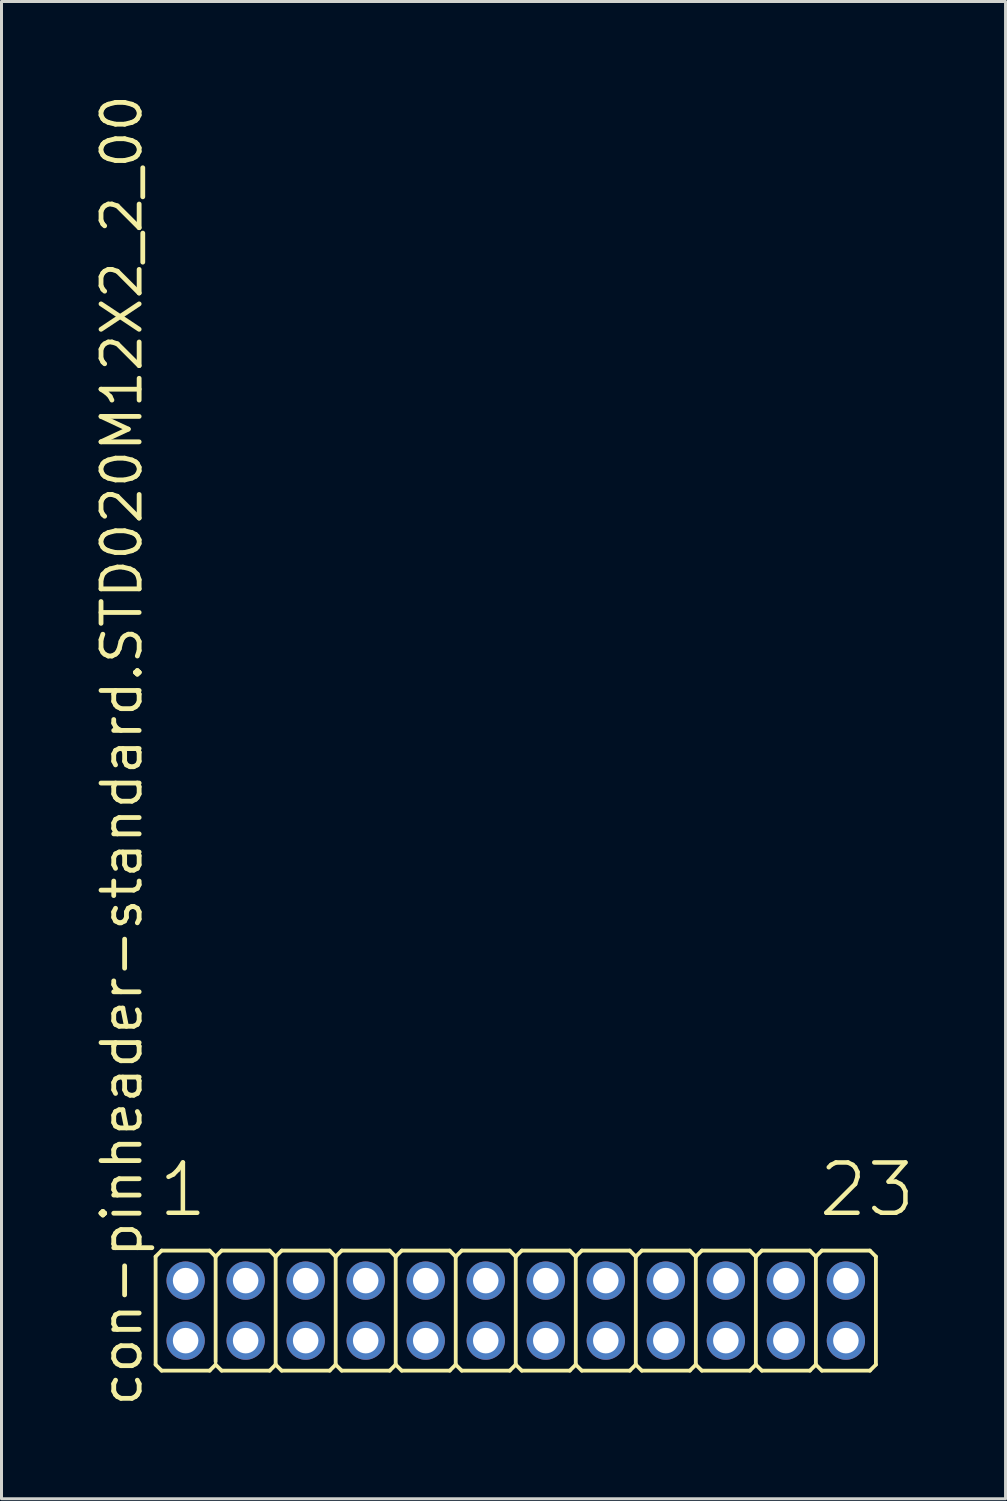
<source format=kicad_pcb>
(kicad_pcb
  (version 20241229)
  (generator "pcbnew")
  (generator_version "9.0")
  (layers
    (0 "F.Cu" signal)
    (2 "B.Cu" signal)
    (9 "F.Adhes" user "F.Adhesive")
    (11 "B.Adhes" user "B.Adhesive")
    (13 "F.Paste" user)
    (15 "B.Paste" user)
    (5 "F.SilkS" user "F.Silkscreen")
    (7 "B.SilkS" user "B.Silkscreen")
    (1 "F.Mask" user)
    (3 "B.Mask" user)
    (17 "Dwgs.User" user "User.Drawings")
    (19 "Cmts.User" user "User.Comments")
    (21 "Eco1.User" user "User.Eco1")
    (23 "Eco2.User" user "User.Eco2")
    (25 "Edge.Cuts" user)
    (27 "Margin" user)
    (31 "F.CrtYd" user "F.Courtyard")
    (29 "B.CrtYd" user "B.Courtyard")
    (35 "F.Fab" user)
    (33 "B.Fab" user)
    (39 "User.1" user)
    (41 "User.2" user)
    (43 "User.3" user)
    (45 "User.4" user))
  (footprint "con-pinheader-standard.STD020M12X2_2_00"
    (layer "F.Cu")
    (at 14.135 40.62)
    (property "Reference" "con-pinheader-standard.STD020M12X2_2_00" (at -12.385 3.27 90) (layer "F.SilkS") (effects (font (size 1.27 1.27) (thickness 0.16)) (justify left bottom)))
    (attr through_hole)
    (fp_line (start -12 1.8) (end -12 -1.8) (stroke (width 0.127) (type default)) (layer "F.SilkS"))
    (fp_line (start -11.8 -2) (end -12 -1.8) (stroke (width 0.127) (type default)) (layer "F.SilkS"))
    (fp_line (start -11.8 -2) (end -10.2 -2) (stroke (width 0.127) (type default)) (layer "F.SilkS"))
    (fp_line (start -11.8 2) (end -12 1.8) (stroke (width 0.127) (type default)) (layer "F.SilkS"))
    (fp_line (start -10.2 -2) (end -10 -1.8) (stroke (width 0.127) (type default)) (layer "F.SilkS"))
    (fp_line (start -10.2 2) (end -11.8 2) (stroke (width 0.127) (type default)) (layer "F.SilkS"))
    (fp_line (start -10.2 2) (end -10 1.8) (stroke (width 0.127) (type default)) (layer "F.SilkS"))
    (fp_line (start -10 -1.8) (end -10 1.7) (stroke (width 0.127) (type default)) (layer "F.SilkS"))
    (fp_line (start -9.8 -2) (end -10 -1.8) (stroke (width 0.127) (type default)) (layer "F.SilkS"))
    (fp_line (start -9.8 -2) (end -8.2 -2) (stroke (width 0.127) (type default)) (layer "F.SilkS"))
    (fp_line (start -9.8 2) (end -10 1.8) (stroke (width 0.127) (type default)) (layer "F.SilkS"))
    (fp_line (start -8.2 -2) (end -8 -1.8) (stroke (width 0.127) (type default)) (layer "F.SilkS"))
    (fp_line (start -8.2 2) (end -9.8 2) (stroke (width 0.127) (type default)) (layer "F.SilkS"))
    (fp_line (start -8.2 2) (end -8 1.8) (stroke (width 0.127) (type default)) (layer "F.SilkS"))
    (fp_line (start -8 -1.8) (end -8 1.8) (stroke (width 0.127) (type default)) (layer "F.SilkS"))
    (fp_line (start -7.8 -2) (end -8 -1.8) (stroke (width 0.127) (type default)) (layer "F.SilkS"))
    (fp_line (start -7.8 -2) (end -6.2 -2) (stroke (width 0.127) (type default)) (layer "F.SilkS"))
    (fp_line (start -7.8 2) (end -8 1.8) (stroke (width 0.127) (type default)) (layer "F.SilkS"))
    (fp_line (start -6.2 -2) (end -6 -1.8) (stroke (width 0.127) (type default)) (layer "F.SilkS"))
    (fp_line (start -6.2 2) (end -7.8 2) (stroke (width 0.127) (type default)) (layer "F.SilkS"))
    (fp_line (start -6.2 2) (end -6 1.8) (stroke (width 0.127) (type default)) (layer "F.SilkS"))
    (fp_line (start -6 -1.8) (end -6 1.8) (stroke (width 0.127) (type default)) (layer "F.SilkS"))
    (fp_line (start -5.8 -2) (end -6 -1.8) (stroke (width 0.127) (type default)) (layer "F.SilkS"))
    (fp_line (start -5.8 -2) (end -4.2 -2) (stroke (width 0.127) (type default)) (layer "F.SilkS"))
    (fp_line (start -5.8 2) (end -6 1.8) (stroke (width 0.127) (type default)) (layer "F.SilkS"))
    (fp_line (start -4.2 -2) (end -4 -1.8) (stroke (width 0.127) (type default)) (layer "F.SilkS"))
    (fp_line (start -4.2 2) (end -5.8 2) (stroke (width 0.127) (type default)) (layer "F.SilkS"))
    (fp_line (start -4.2 2) (end -4 1.8) (stroke (width 0.127) (type default)) (layer "F.SilkS"))
    (fp_line (start -4 -1.8) (end -4 1.8) (stroke (width 0.127) (type default)) (layer "F.SilkS"))
    (fp_line (start -3.8 -2) (end -4 -1.8) (stroke (width 0.127) (type default)) (layer "F.SilkS"))
    (fp_line (start -3.8 -2) (end -2.2 -2) (stroke (width 0.127) (type default)) (layer "F.SilkS"))
    (fp_line (start -3.8 2) (end -4 1.8) (stroke (width 0.127) (type default)) (layer "F.SilkS"))
    (fp_line (start -2.2 -2) (end -2 -1.8) (stroke (width 0.127) (type default)) (layer "F.SilkS"))
    (fp_line (start -2.2 2) (end -3.8 2) (stroke (width 0.127) (type default)) (layer "F.SilkS"))
    (fp_line (start -2.2 2) (end -2 1.8) (stroke (width 0.127) (type default)) (layer "F.SilkS"))
    (fp_line (start -2 -1.8) (end -2 1.8) (stroke (width 0.127) (type default)) (layer "F.SilkS"))
    (fp_line (start -1.8 -2) (end -2 -1.8) (stroke (width 0.127) (type default)) (layer "F.SilkS"))
    (fp_line (start -1.8 -2) (end -0.2 -2) (stroke (width 0.127) (type default)) (layer "F.SilkS"))
    (fp_line (start -1.8 2) (end -2 1.8) (stroke (width 0.127) (type default)) (layer "F.SilkS"))
    (fp_line (start -0.2 -2) (end 0 -1.8) (stroke (width 0.127) (type default)) (layer "F.SilkS"))
    (fp_line (start -0.2 2) (end -1.8 2) (stroke (width 0.127) (type default)) (layer "F.SilkS"))
    (fp_line (start -0.2 2) (end 0 1.8) (stroke (width 0.127) (type default)) (layer "F.SilkS"))
    (fp_line (start 0 -1.8) (end 0 1.8) (stroke (width 0.127) (type default)) (layer "F.SilkS"))
    (fp_line (start 0.2 -2) (end 0 -1.8) (stroke (width 0.127) (type default)) (layer "F.SilkS"))
    (fp_line (start 0.2 -2) (end 1.8 -2) (stroke (width 0.127) (type default)) (layer "F.SilkS"))
    (fp_line (start 0.2 2) (end 0 1.8) (stroke (width 0.127) (type default)) (layer "F.SilkS"))
    (fp_line (start 1.8 -2) (end 2 -1.8) (stroke (width 0.127) (type default)) (layer "F.SilkS"))
    (fp_line (start 1.8 2) (end 0.2 2) (stroke (width 0.127) (type default)) (layer "F.SilkS"))
    (fp_line (start 1.8 2) (end 2 1.8) (stroke (width 0.127) (type default)) (layer "F.SilkS"))
    (fp_line (start 2 -1.8) (end 2 1.8) (stroke (width 0.127) (type default)) (layer "F.SilkS"))
    (fp_line (start 2.2 -2) (end 2 -1.8) (stroke (width 0.127) (type default)) (layer "F.SilkS"))
    (fp_line (start 2.2 -2) (end 3.8 -2) (stroke (width 0.127) (type default)) (layer "F.SilkS"))
    (fp_line (start 2.2 2) (end 2 1.8) (stroke (width 0.127) (type default)) (layer "F.SilkS"))
    (fp_line (start 3.8 -2) (end 4 -1.8) (stroke (width 0.127) (type default)) (layer "F.SilkS"))
    (fp_line (start 3.8 2) (end 2.2 2) (stroke (width 0.127) (type default)) (layer "F.SilkS"))
    (fp_line (start 3.8 2) (end 4 1.8) (stroke (width 0.127) (type default)) (layer "F.SilkS"))
    (fp_line (start 4 -1.8) (end 4 1.8) (stroke (width 0.127) (type default)) (layer "F.SilkS"))
    (fp_line (start 4.2 -2) (end 4 -1.8) (stroke (width 0.127) (type default)) (layer "F.SilkS"))
    (fp_line (start 4.2 -2) (end 5.8 -2) (stroke (width 0.127) (type default)) (layer "F.SilkS"))
    (fp_line (start 4.2 2) (end 4 1.8) (stroke (width 0.127) (type default)) (layer "F.SilkS"))
    (fp_line (start 5.8 -2) (end 6 -1.8) (stroke (width 0.127) (type default)) (layer "F.SilkS"))
    (fp_line (start 5.8 2) (end 4.2 2) (stroke (width 0.127) (type default)) (layer "F.SilkS"))
    (fp_line (start 5.8 2) (end 6 1.8) (stroke (width 0.127) (type default)) (layer "F.SilkS"))
    (fp_line (start 6 -1.8) (end 6 1.8) (stroke (width 0.127) (type default)) (layer "F.SilkS"))
    (fp_line (start 6.2 -2) (end 6 -1.8) (stroke (width 0.127) (type default)) (layer "F.SilkS"))
    (fp_line (start 6.2 -2) (end 7.8 -2) (stroke (width 0.127) (type default)) (layer "F.SilkS"))
    (fp_line (start 6.2 2) (end 6 1.8) (stroke (width 0.127) (type default)) (layer "F.SilkS"))
    (fp_line (start 7.8 -2) (end 8 -1.8) (stroke (width 0.127) (type default)) (layer "F.SilkS"))
    (fp_line (start 7.8 2) (end 6.2 2) (stroke (width 0.127) (type default)) (layer "F.SilkS"))
    (fp_line (start 7.8 2) (end 8 1.8) (stroke (width 0.127) (type default)) (layer "F.SilkS"))
    (fp_line (start 8 -1.8) (end 8 1.8) (stroke (width 0.127) (type default)) (layer "F.SilkS"))
    (fp_line (start 8.2 -2) (end 8 -1.8) (stroke (width 0.127) (type default)) (layer "F.SilkS"))
    (fp_line (start 8.2 -2) (end 9.8 -2) (stroke (width 0.127) (type default)) (layer "F.SilkS"))
    (fp_line (start 8.2 2) (end 8 1.8) (stroke (width 0.127) (type default)) (layer "F.SilkS"))
    (fp_line (start 9.8 -2) (end 10 -1.8) (stroke (width 0.127) (type default)) (layer "F.SilkS"))
    (fp_line (start 9.8 2) (end 8.2 2) (stroke (width 0.127) (type default)) (layer "F.SilkS"))
    (fp_line (start 9.8 2) (end 10 1.8) (stroke (width 0.127) (type default)) (layer "F.SilkS"))
    (fp_line (start 10 -1.8) (end 10 1.8) (stroke (width 0.127) (type default)) (layer "F.SilkS"))
    (fp_line (start 10.2 -2) (end 10 -1.8) (stroke (width 0.127) (type default)) (layer "F.SilkS"))
    (fp_line (start 10.2 -2) (end 11.8 -2) (stroke (width 0.127) (type default)) (layer "F.SilkS"))
    (fp_line (start 10.2 2) (end 10 1.8) (stroke (width 0.127) (type default)) (layer "F.SilkS"))
    (fp_line (start 11.8 -2) (end 12 -1.8) (stroke (width 0.127) (type default)) (layer "F.SilkS"))
    (fp_line (start 11.8 2) (end 10.2 2) (stroke (width 0.127) (type default)) (layer "F.SilkS"))
    (fp_line (start 11.8 2) (end 12 1.8) (stroke (width 0.127) (type default)) (layer "F.SilkS"))
    (fp_line (start 12 -1.8) (end 12 1.8) (stroke (width 0.127) (type default)) (layer "F.SilkS"))
    (fp_rect (start -11.25 -0.75) (end -10.75 -1.25) (stroke (width 0.05) (type default)) (fill no) (layer "F.Fab"))
    (fp_rect (start -11.25 1.25) (end -10.75 0.75) (stroke (width 0.05) (type default)) (fill no) (layer "F.Fab"))
    (fp_rect (start -9.25 -0.75) (end -8.75 -1.25) (stroke (width 0.05) (type default)) (fill no) (layer "F.Fab"))
    (fp_rect (start -9.25 1.25) (end -8.75 0.75) (stroke (width 0.05) (type default)) (fill no) (layer "F.Fab"))
    (fp_rect (start -7.25 -0.75) (end -6.75 -1.25) (stroke (width 0.05) (type default)) (fill no) (layer "F.Fab"))
    (fp_rect (start -7.25 1.25) (end -6.75 0.75) (stroke (width 0.05) (type default)) (fill no) (layer "F.Fab"))
    (fp_rect (start -5.25 -0.75) (end -4.75 -1.25) (stroke (width 0.05) (type default)) (fill no) (layer "F.Fab"))
    (fp_rect (start -5.25 1.25) (end -4.75 0.75) (stroke (width 0.05) (type default)) (fill no) (layer "F.Fab"))
    (fp_rect (start -3.25 -0.75) (end -2.75 -1.25) (stroke (width 0.05) (type default)) (fill no) (layer "F.Fab"))
    (fp_rect (start -3.25 1.25) (end -2.75 0.75) (stroke (width 0.05) (type default)) (fill no) (layer "F.Fab"))
    (fp_rect (start -1.25 -0.75) (end -0.75 -1.25) (stroke (width 0.05) (type default)) (fill no) (layer "F.Fab"))
    (fp_rect (start -1.25 1.25) (end -0.75 0.75) (stroke (width 0.05) (type default)) (fill no) (layer "F.Fab"))
    (fp_rect (start 0.75 -0.75) (end 1.25 -1.25) (stroke (width 0.05) (type default)) (fill no) (layer "F.Fab"))
    (fp_rect (start 0.75 1.25) (end 1.25 0.75) (stroke (width 0.05) (type default)) (fill no) (layer "F.Fab"))
    (fp_rect (start 2.75 -0.75) (end 3.25 -1.25) (stroke (width 0.05) (type default)) (fill no) (layer "F.Fab"))
    (fp_rect (start 2.75 1.25) (end 3.25 0.75) (stroke (width 0.05) (type default)) (fill no) (layer "F.Fab"))
    (fp_rect (start 4.75 -0.75) (end 5.25 -1.25) (stroke (width 0.05) (type default)) (fill no) (layer "F.Fab"))
    (fp_rect (start 4.75 1.25) (end 5.25 0.75) (stroke (width 0.05) (type default)) (fill no) (layer "F.Fab"))
    (fp_rect (start 6.75 -0.75) (end 7.25 -1.25) (stroke (width 0.05) (type default)) (fill no) (layer "F.Fab"))
    (fp_rect (start 6.75 1.25) (end 7.25 0.75) (stroke (width 0.05) (type default)) (fill no) (layer "F.Fab"))
    (fp_rect (start 8.75 -0.75) (end 9.25 -1.25) (stroke (width 0.05) (type default)) (fill no) (layer "F.Fab"))
    (fp_rect (start 8.75 1.25) (end 9.25 0.75) (stroke (width 0.05) (type default)) (fill no) (layer "F.Fab"))
    (fp_rect (start 10.75 -0.75) (end 11.25 -1.25) (stroke (width 0.05) (type default)) (fill no) (layer "F.Fab"))
    (fp_rect (start 10.75 1.25) (end 11.25 0.75) (stroke (width 0.05) (type default)) (fill no) (layer "F.Fab"))
    (fp_text user "23" (at 10.012 -3.048 0) (layer "F.SilkS") (effects (font (size 1.676 1.676) (thickness 0.15)) (justify left bottom)))
    (fp_text user "1" (at -11.988 -3.048 0) (layer "F.SilkS") (effects (font (size 1.676 1.676) (thickness 0.15)) (justify left bottom)))
    (pad "1" thru_hole circle (at -11 -1) (size 1.275 1.275) (drill 0.85) (layers "*.Cu" "*.Mask"))
    (pad "2" thru_hole circle (at -11 1) (size 1.275 1.275) (drill 0.85) (layers "*.Cu" "*.Mask"))
    (pad "3" thru_hole circle (at -9 -1) (size 1.275 1.275) (drill 0.85) (layers "*.Cu" "*.Mask"))
    (pad "4" thru_hole circle (at -9 1) (size 1.275 1.275) (drill 0.85) (layers "*.Cu" "*.Mask"))
    (pad "5" thru_hole circle (at -7 -1) (size 1.275 1.275) (drill 0.85) (layers "*.Cu" "*.Mask"))
    (pad "6" thru_hole circle (at -7 1) (size 1.275 1.275) (drill 0.85) (layers "*.Cu" "*.Mask"))
    (pad "7" thru_hole circle (at -5 -1) (size 1.275 1.275) (drill 0.85) (layers "*.Cu" "*.Mask"))
    (pad "8" thru_hole circle (at -5 1) (size 1.275 1.275) (drill 0.85) (layers "*.Cu" "*.Mask"))
    (pad "9" thru_hole circle (at -3 -1) (size 1.275 1.275) (drill 0.85) (layers "*.Cu" "*.Mask"))
    (pad "10" thru_hole circle (at -3 1) (size 1.275 1.275) (drill 0.85) (layers "*.Cu" "*.Mask"))
    (pad "11" thru_hole circle (at -1 -1) (size 1.275 1.275) (drill 0.85) (layers "*.Cu" "*.Mask"))
    (pad "12" thru_hole circle (at -1 1) (size 1.275 1.275) (drill 0.85) (layers "*.Cu" "*.Mask"))
    (pad "13" thru_hole circle (at 1 -1) (size 1.275 1.275) (drill 0.85) (layers "*.Cu" "*.Mask"))
    (pad "14" thru_hole circle (at 1 1) (size 1.275 1.275) (drill 0.85) (layers "*.Cu" "*.Mask"))
    (pad "15" thru_hole circle (at 3 -1) (size 1.275 1.275) (drill 0.85) (layers "*.Cu" "*.Mask"))
    (pad "16" thru_hole circle (at 3 1) (size 1.275 1.275) (drill 0.85) (layers "*.Cu" "*.Mask"))
    (pad "17" thru_hole circle (at 5 -1) (size 1.275 1.275) (drill 0.85) (layers "*.Cu" "*.Mask"))
    (pad "18" thru_hole circle (at 5 1) (size 1.275 1.275) (drill 0.85) (layers "*.Cu" "*.Mask"))
    (pad "19" thru_hole circle (at 7 -1) (size 1.275 1.275) (drill 0.85) (layers "*.Cu" "*.Mask"))
    (pad "20" thru_hole circle (at 7 1) (size 1.275 1.275) (drill 0.85) (layers "*.Cu" "*.Mask"))
    (pad "21" thru_hole circle (at 9 -1) (size 1.275 1.275) (drill 0.85) (layers "*.Cu" "*.Mask"))
    (pad "22" thru_hole circle (at 9 1) (size 1.275 1.275) (drill 0.85) (layers "*.Cu" "*.Mask"))
    (pad "23" thru_hole circle (at 11 -1) (size 1.275 1.275) (drill 0.85) (layers "*.Cu" "*.Mask"))
    (pad "24" thru_hole circle (at 11 1) (size 1.275 1.275) (drill 0.85) (layers "*.Cu" "*.Mask")))
  (gr_rect
    (start -3 -3)
    (end 30.455 46.89)
    (stroke (width 0.1) (type default))
    (fill no)
    (layer "Edge.Cuts")))
</source>
